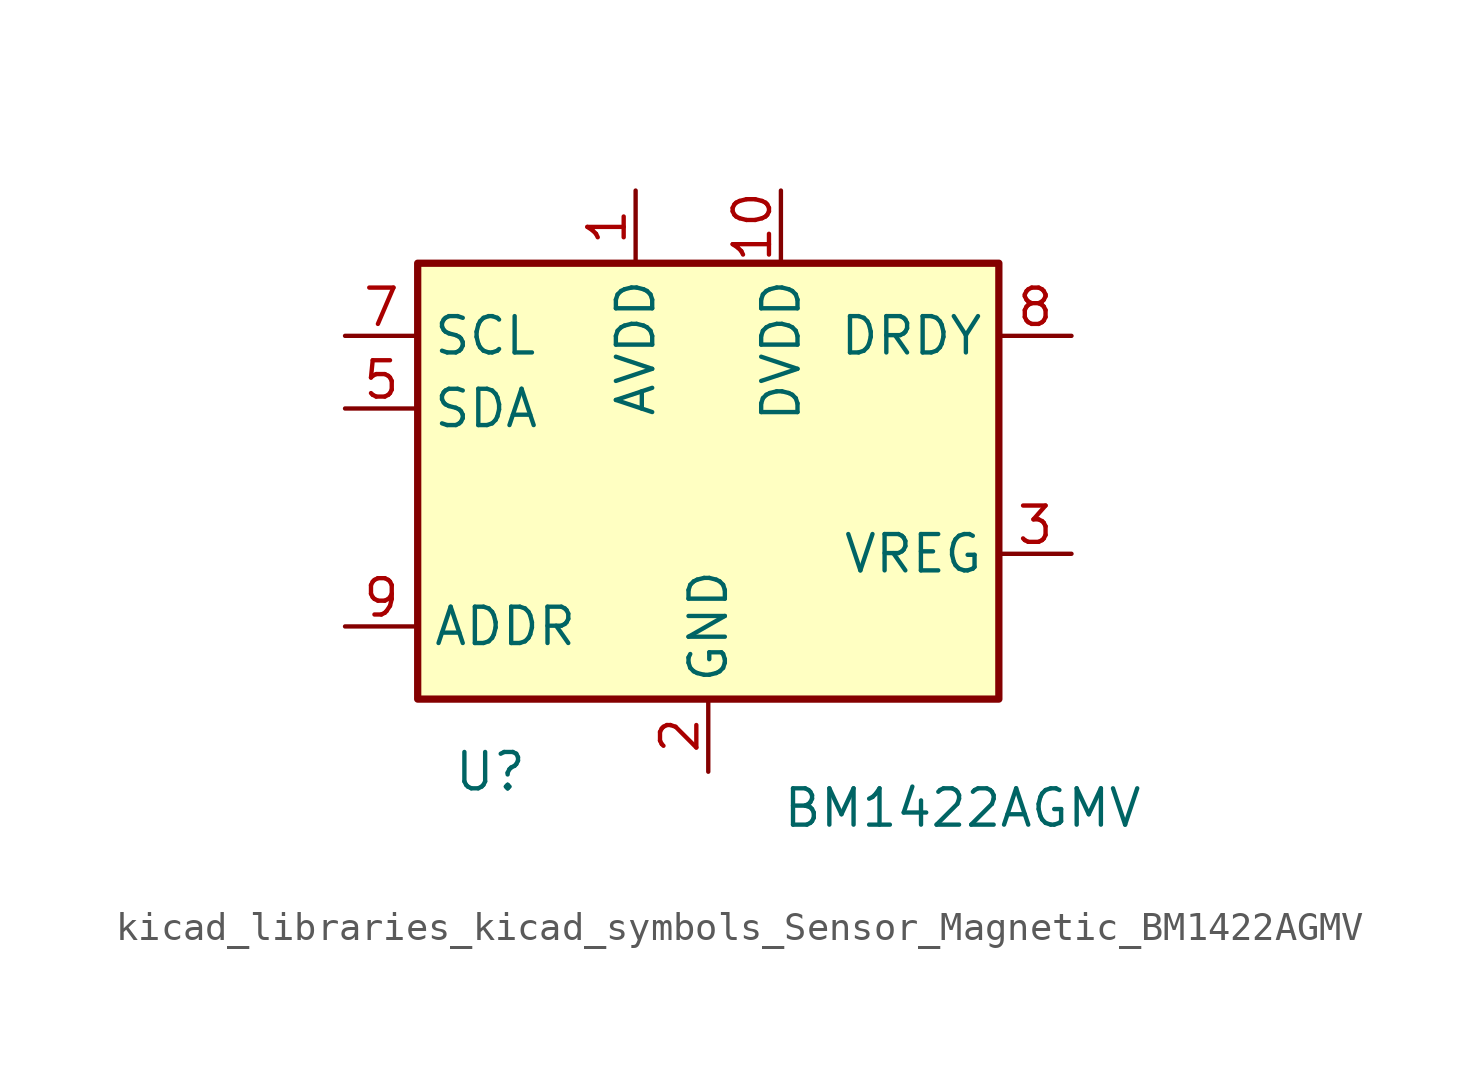
<source format=kicad_sym>
(kicad_symbol_lib
  (version 20220914)
  (generator kicad_symbol_editor)
  (symbol "kicad_libraries_kicad_symbols_Sensor_Magnetic_BM1422AGMV"
    (property "Reference" "U"
      (at -7.62 -10.16 0)
      (effects (font (size 1.27 1.27))))
    (property "Value" "BM1422AGMV"
      (at 8.89 -11.43 0)
      (effects (font (size 1.27 1.27))))
    (symbol "kicad_libraries_kicad_symbols_Sensor_Magnetic_BM1422AGMV_0_1"
      (rectangle (start -10.16 7.62) (end 10.16 -7.62) (stroke (width 0.254) (type default) (color 0 0 0 0)) (fill (type background))))
    (symbol "kicad_libraries_kicad_symbols_Sensor_Magnetic_BM1422AGMV_1_1"
      (pin power_in line (at -2.54 10.16 270) (length 2.54) (name "AVDD" (effects (font (size 1.27 1.27)))) (number "1" (effects (font (size 1.27 1.27)))))
      (pin power_in line (at 2.54 10.16 270) (length 2.54) (name "DVDD" (effects (font (size 1.27 1.27)))) (number "10" (effects (font (size 1.27 1.27)))))
      (pin power_in line (at 0 -10.16 90) (length 2.54) (name "GND" (effects (font (size 1.27 1.27)))) (number "2" (effects (font (size 1.27 1.27)))))
      (pin passive line (at 12.7 -2.54 180) (length 2.54) (name "VREG" (effects (font (size 1.27 1.27)))) (number "3" (effects (font (size 1.27 1.27)))))
      (pin no_connect line (at 12.7 2.54 180) (length 2.54) hide (name "TEST1" (effects (font (size 1.27 1.27)))) (number "4" (effects (font (size 1.27 1.27)))))
      (pin bidirectional line (at -12.7 2.54 0) (length 2.54) (name "SDA" (effects (font (size 1.27 1.27)))) (number "5" (effects (font (size 1.27 1.27)))))
      (pin no_connect line (at 12.7 0 180) (length 2.54) hide (name "TEST2" (effects (font (size 1.27 1.27)))) (number "6" (effects (font (size 1.27 1.27)))))
      (pin input line (at -12.7 5.08 0) (length 2.54) (name "SCL" (effects (font (size 1.27 1.27)))) (number "7" (effects (font (size 1.27 1.27)))))
      (pin output line (at 12.7 5.08 180) (length 2.54) (name "DRDY" (effects (font (size 1.27 1.27)))) (number "8" (effects (font (size 1.27 1.27)))))
      (pin input line (at -12.7 -5.08 0) (length 2.54) (name "ADDR" (effects (font (size 1.27 1.27)))) (number "9" (effects (font (size 1.27 1.27))))))))
</source>
